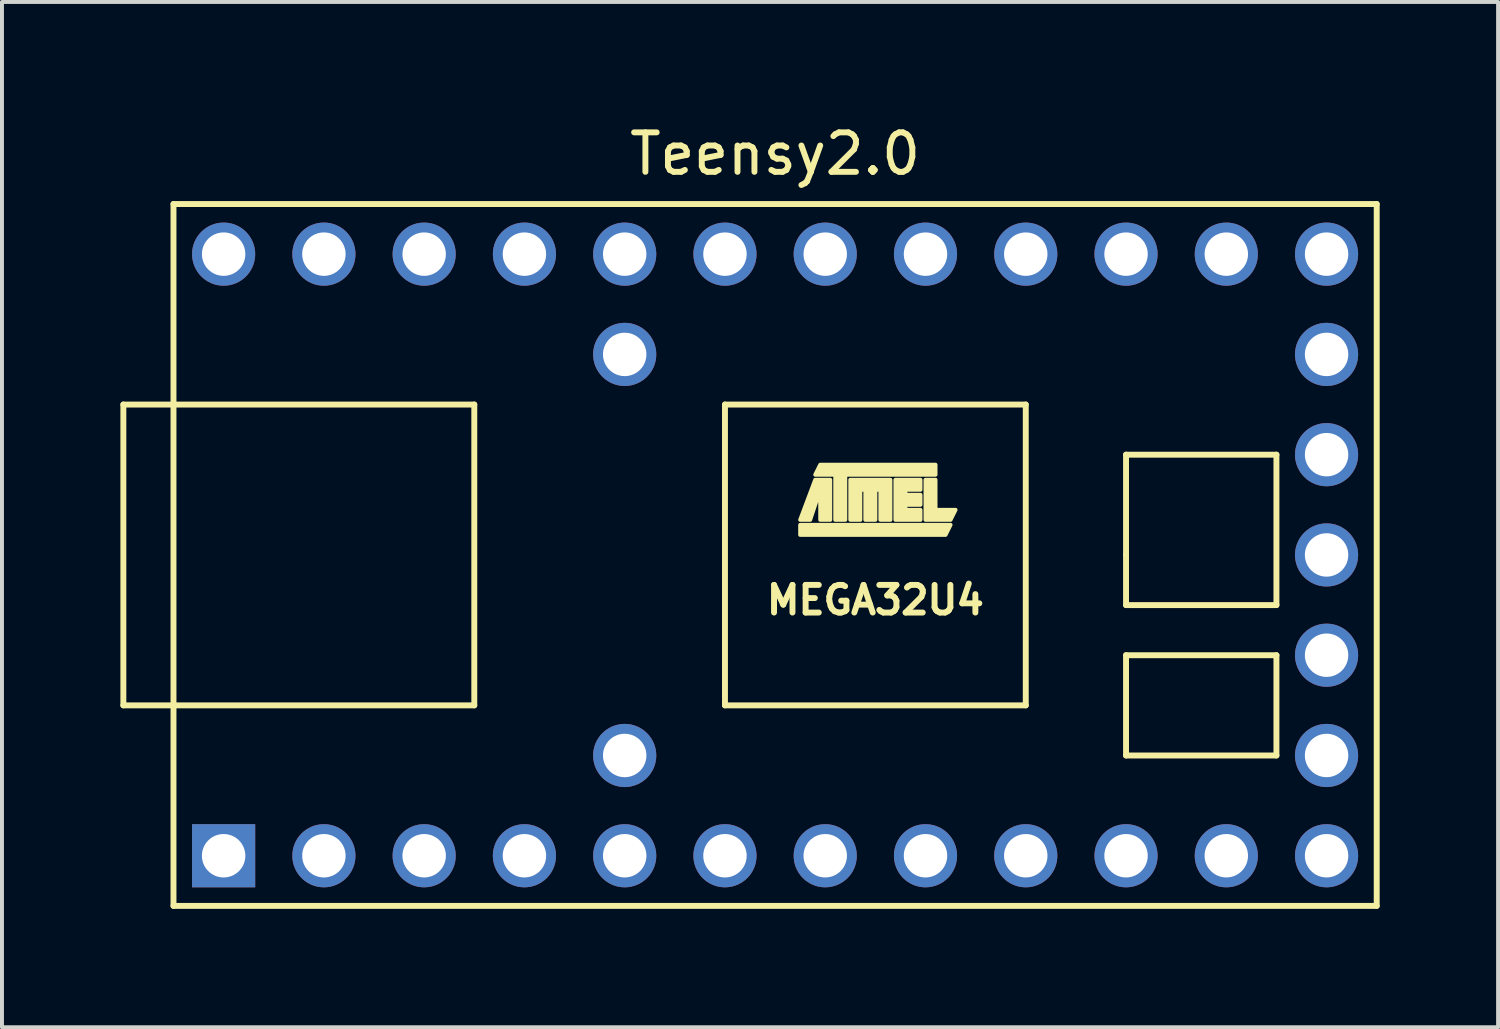
<source format=kicad_pcb>
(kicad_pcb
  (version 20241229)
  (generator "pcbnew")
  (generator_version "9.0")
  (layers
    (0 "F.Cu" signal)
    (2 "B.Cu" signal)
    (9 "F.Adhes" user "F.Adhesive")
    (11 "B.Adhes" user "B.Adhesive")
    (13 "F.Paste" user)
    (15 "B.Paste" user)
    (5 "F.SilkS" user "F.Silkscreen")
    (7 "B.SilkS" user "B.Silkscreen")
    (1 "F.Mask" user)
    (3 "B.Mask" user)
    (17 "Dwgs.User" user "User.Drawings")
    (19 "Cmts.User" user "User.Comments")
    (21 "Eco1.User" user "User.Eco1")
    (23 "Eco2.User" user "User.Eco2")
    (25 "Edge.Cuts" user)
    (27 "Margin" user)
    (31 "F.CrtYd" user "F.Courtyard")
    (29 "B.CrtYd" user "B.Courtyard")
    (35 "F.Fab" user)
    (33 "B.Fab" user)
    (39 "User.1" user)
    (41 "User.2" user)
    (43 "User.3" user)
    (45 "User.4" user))
  (footprint "Teensy2.0"
    (layer "F.Cu")
    (at 16.585 11.008)
    (property "Reference" "Teensy2.0" (at 0 -10.16 0) (layer "F.SilkS") (effects (font (size 1 1) (thickness 0.15))))
    (attr through_hole)
    (fp_line (start -16.51 -3.81) (end -7.62 -3.81) (stroke (width 0.15) (type solid)) (layer "F.SilkS"))
    (fp_line (start -16.51 3.81) (end -16.51 -3.81) (stroke (width 0.15) (type solid)) (layer "F.SilkS"))
    (fp_line (start -15.24 -8.89) (end 15.24 -8.89) (stroke (width 0.15) (type solid)) (layer "F.SilkS"))
    (fp_line (start -15.24 8.89) (end -15.24 -8.89) (stroke (width 0.15) (type solid)) (layer "F.SilkS"))
    (fp_line (start -7.62 -3.81) (end -7.62 3.81) (stroke (width 0.15) (type solid)) (layer "F.SilkS"))
    (fp_line (start -7.62 3.81) (end -16.51 3.81) (stroke (width 0.15) (type solid)) (layer "F.SilkS"))
    (fp_line (start -1.27 -3.81) (end -1.27 3.81) (stroke (width 0.15) (type solid)) (layer "F.SilkS"))
    (fp_line (start -1.27 3.81) (end 6.35 3.81) (stroke (width 0.15) (type solid)) (layer "F.SilkS"))
    (fp_line (start 6.35 -3.81) (end -1.27 -3.81) (stroke (width 0.15) (type solid)) (layer "F.SilkS"))
    (fp_line (start 6.35 3.81) (end 6.35 -3.81) (stroke (width 0.15) (type solid)) (layer "F.SilkS"))
    (fp_line (start 8.89 -2.54) (end 8.89 0) (stroke (width 0.15) (type solid)) (layer "F.SilkS"))
    (fp_line (start 8.89 0) (end 8.89 1.27) (stroke (width 0.15) (type solid)) (layer "F.SilkS"))
    (fp_line (start 8.89 1.27) (end 12.7 1.27) (stroke (width 0.15) (type solid)) (layer "F.SilkS"))
    (fp_line (start 8.89 2.54) (end 8.89 5.08) (stroke (width 0.15) (type solid)) (layer "F.SilkS"))
    (fp_line (start 8.89 5.08) (end 12.7 5.08) (stroke (width 0.15) (type solid)) (layer "F.SilkS"))
    (fp_line (start 12.7 -2.54) (end 8.89 -2.54) (stroke (width 0.15) (type solid)) (layer "F.SilkS"))
    (fp_line (start 12.7 1.27) (end 12.7 -2.54) (stroke (width 0.15) (type solid)) (layer "F.SilkS"))
    (fp_line (start 12.7 2.54) (end 8.89 2.54) (stroke (width 0.15) (type solid)) (layer "F.SilkS"))
    (fp_line (start 12.7 5.08) (end 12.7 2.54) (stroke (width 0.15) (type solid)) (layer "F.SilkS"))
    (fp_line (start 15.24 -8.89) (end 15.24 8.89) (stroke (width 0.15) (type solid)) (layer "F.SilkS"))
    (fp_line (start 15.24 8.89) (end -15.24 8.89) (stroke (width 0.15) (type solid)) (layer "F.SilkS"))
    (fp_poly (pts (xy 0.635 -0.762) (xy 4.445 -0.762) (xy 4.318 -0.508) (xy 0.635 -0.508)) (stroke (width 0.1) (type solid)) (fill yes) (layer "F.SilkS"))
    (fp_poly (pts (xy 3.81 -1.905) (xy 3.81 -0.889) (xy 4.445 -0.889) (xy 4.572 -1.143) (xy 4.064 -1.143) (xy 4.064 -1.905)) (stroke (width 0.1) (type solid)) (fill yes) (layer "F.SilkS"))
    (fp_poly (pts (xy 1.397 -0.889) (xy 1.397 -1.905) (xy 1.016 -1.905) (xy 0.635 -0.889) (xy 0.889 -0.889) (xy 1.143 -1.651) (xy 1.143 -0.889)) (stroke (width 0.1) (type solid)) (fill yes) (layer "F.SilkS"))
    (fp_poly (pts (xy 4.064 -2.032) (xy 1.778 -2.032) (xy 1.778 -0.889) (xy 1.524 -0.889) (xy 1.524 -2.032) (xy 1.016 -2.032) (xy 1.143 -2.286) (xy 4.064 -2.286)) (stroke (width 0.1) (type solid)) (fill yes) (layer "F.SilkS"))
    (fp_poly (pts (xy 2.921 -0.889) (xy 2.921 -1.905) (xy 1.905 -1.905) (xy 1.905 -0.889) (xy 2.159 -0.889) (xy 2.159 -1.651) (xy 2.286 -1.651) (xy 2.286 -0.889) (xy 2.54 -0.889) (xy 2.54 -1.651) (xy 2.667 -1.651) (xy 2.667 -0.889)) (stroke (width 0.1) (type solid)) (fill yes) (layer "F.SilkS"))
    (fp_poly (pts (xy 3.048 -1.905) (xy 3.683 -1.905) (xy 3.683 -1.651) (xy 3.302 -1.651) (xy 3.302 -1.524) (xy 3.683 -1.524) (xy 3.683 -1.27) (xy 3.302 -1.27) (xy 3.302 -1.143) (xy 3.683 -1.143) (xy 3.683 -0.889) (xy 3.048 -0.889)) (stroke (width 0.1) (type solid)) (fill yes) (layer "F.SilkS"))
    (fp_text user "MEGA32U4" (at 2.54 1.143 0) (layer "F.SilkS") (effects (font (size 0.7 0.7) (thickness 0.15))))
    (pad "1" thru_hole rect (at -13.97 7.62) (size 1.6 1.6) (drill 1.1) (layers "*.Cu" "*.Mask"))
    (pad "2" thru_hole circle (at -11.43 7.62) (size 1.6 1.6) (drill 1.1) (layers "*.Cu" "*.Mask"))
    (pad "3" thru_hole circle (at -8.89 7.62) (size 1.6 1.6) (drill 1.1) (layers "*.Cu" "*.Mask"))
    (pad "4" thru_hole circle (at -6.35 7.62) (size 1.6 1.6) (drill 1.1) (layers "*.Cu" "*.Mask"))
    (pad "5" thru_hole circle (at -3.81 7.62) (size 1.6 1.6) (drill 1.1) (layers "*.Cu" "*.Mask"))
    (pad "6" thru_hole circle (at -1.27 7.62) (size 1.6 1.6) (drill 1.1) (layers "*.Cu" "*.Mask"))
    (pad "7" thru_hole circle (at 1.27 7.62) (size 1.6 1.6) (drill 1.1) (layers "*.Cu" "*.Mask"))
    (pad "8" thru_hole circle (at 3.81 7.62) (size 1.6 1.6) (drill 1.1) (layers "*.Cu" "*.Mask"))
    (pad "9" thru_hole circle (at 6.35 7.62) (size 1.6 1.6) (drill 1.1) (layers "*.Cu" "*.Mask"))
    (pad "10" thru_hole circle (at 8.89 7.62) (size 1.6 1.6) (drill 1.1) (layers "*.Cu" "*.Mask"))
    (pad "11" thru_hole circle (at 11.43 7.62) (size 1.6 1.6) (drill 1.1) (layers "*.Cu" "*.Mask"))
    (pad "12" thru_hole circle (at 13.97 7.62) (size 1.6 1.6) (drill 1.1) (layers "*.Cu" "*.Mask"))
    (pad "13" thru_hole circle (at 13.97 5.08) (size 1.6 1.6) (drill 1.1) (layers "*.Cu" "*.Mask"))
    (pad "14" thru_hole circle (at 13.97 2.54) (size 1.6 1.6) (drill 1.1) (layers "*.Cu" "*.Mask"))
    (pad "15" thru_hole circle (at 13.97 0) (size 1.6 1.6) (drill 1.1) (layers "*.Cu" "*.Mask"))
    (pad "16" thru_hole circle (at 13.97 -2.54) (size 1.6 1.6) (drill 1.1) (layers "*.Cu" "*.Mask"))
    (pad "17" thru_hole circle (at 13.97 -5.08) (size 1.6 1.6) (drill 1.1) (layers "*.Cu" "*.Mask"))
    (pad "18" thru_hole circle (at 13.97 -7.62) (size 1.6 1.6) (drill 1.1) (layers "*.Cu" "*.Mask"))
    (pad "19" thru_hole circle (at 11.43 -7.62) (size 1.6 1.6) (drill 1.1) (layers "*.Cu" "*.Mask"))
    (pad "20" thru_hole circle (at 8.89 -7.62) (size 1.6 1.6) (drill 1.1) (layers "*.Cu" "*.Mask"))
    (pad "21" thru_hole circle (at 6.35 -7.62) (size 1.6 1.6) (drill 1.1) (layers "*.Cu" "*.Mask"))
    (pad "22" thru_hole circle (at 3.81 -7.62) (size 1.6 1.6) (drill 1.1) (layers "*.Cu" "*.Mask"))
    (pad "23" thru_hole circle (at 1.27 -7.62) (size 1.6 1.6) (drill 1.1) (layers "*.Cu" "*.Mask"))
    (pad "24" thru_hole circle (at -1.27 -7.62) (size 1.6 1.6) (drill 1.1) (layers "*.Cu" "*.Mask"))
    (pad "25" thru_hole circle (at -3.81 -7.62) (size 1.6 1.6) (drill 1.1) (layers "*.Cu" "*.Mask"))
    (pad "26" thru_hole circle (at -6.35 -7.62) (size 1.6 1.6) (drill 1.1) (layers "*.Cu" "*.Mask"))
    (pad "27" thru_hole circle (at -8.89 -7.62) (size 1.6 1.6) (drill 1.1) (layers "*.Cu" "*.Mask"))
    (pad "28" thru_hole circle (at -11.43 -7.62) (size 1.6 1.6) (drill 1.1) (layers "*.Cu" "*.Mask"))
    (pad "29" thru_hole circle (at -13.97 -7.62) (size 1.6 1.6) (drill 1.1) (layers "*.Cu" "*.Mask"))
    (pad "30" thru_hole circle (at -3.81 5.08) (size 1.6 1.6) (drill 1.1) (layers "*.Cu" "*.Mask"))
    (pad "31" thru_hole circle (at -3.81 -5.08) (size 1.6 1.6) (drill 1.1) (layers "*.Cu" "*.Mask")))
  (gr_rect
    (start -3 -3)
    (end 34.9 22.973)
    (stroke (width 0.1) (type default))
    (fill no)
    (layer "Edge.Cuts")))
</source>
